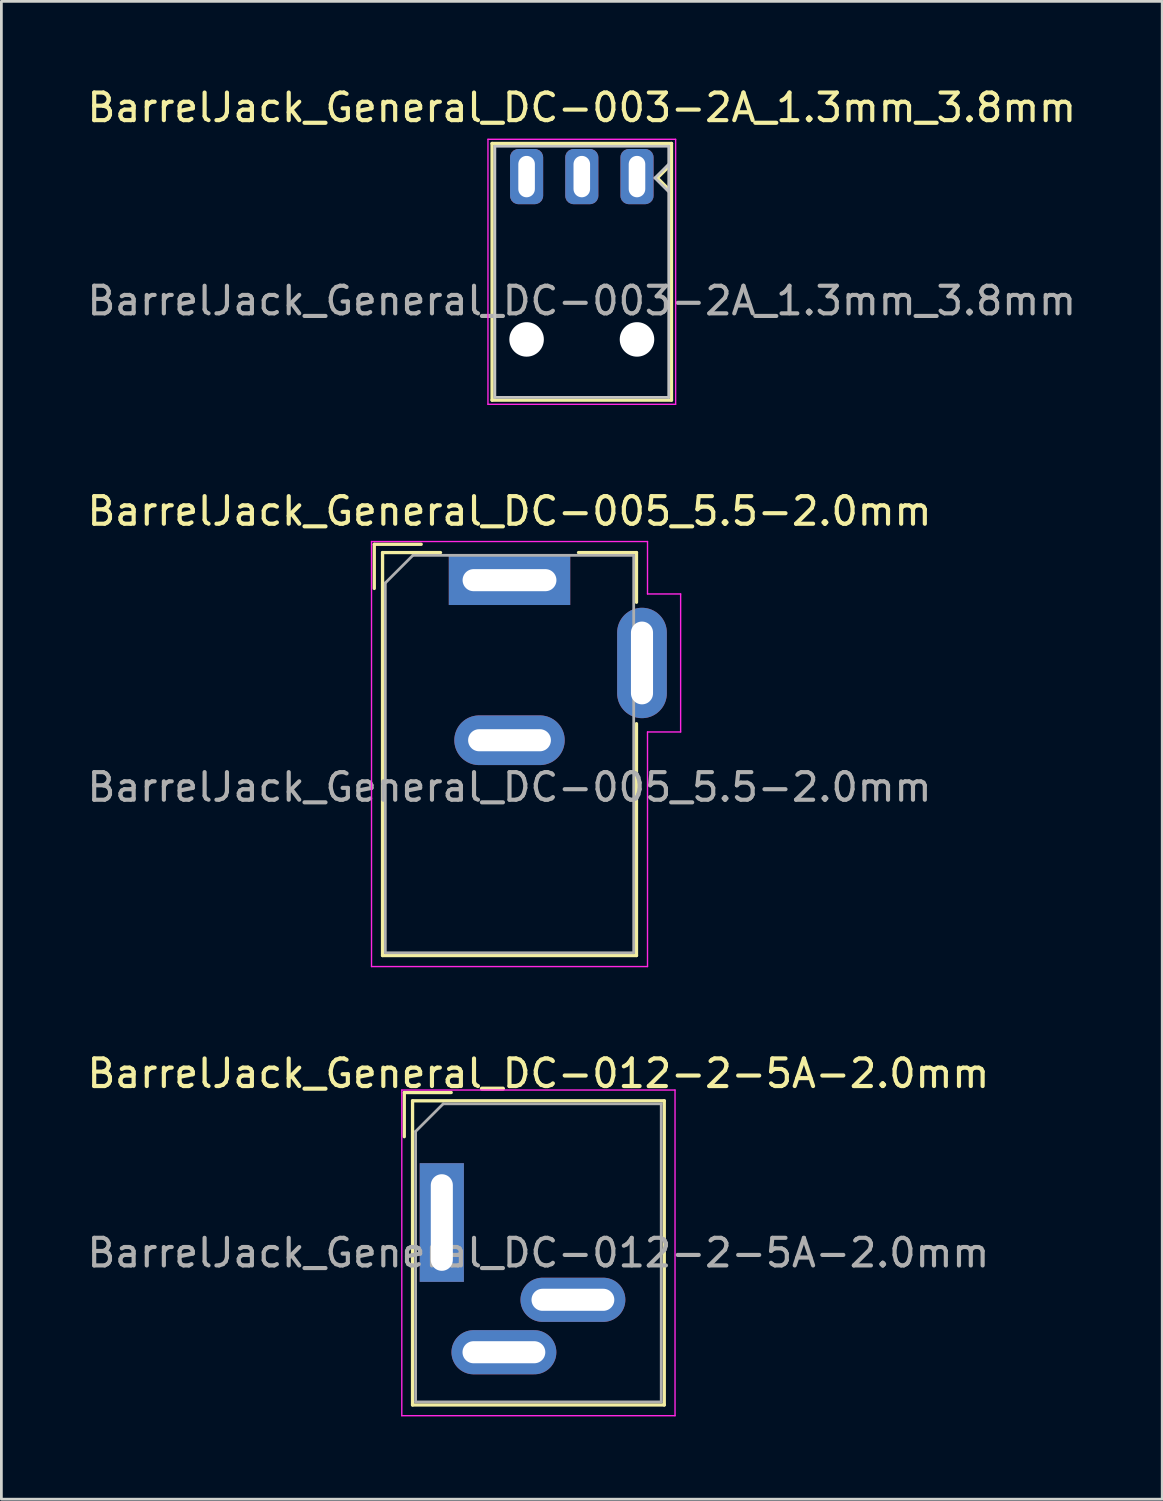
<source format=kicad_pcb>
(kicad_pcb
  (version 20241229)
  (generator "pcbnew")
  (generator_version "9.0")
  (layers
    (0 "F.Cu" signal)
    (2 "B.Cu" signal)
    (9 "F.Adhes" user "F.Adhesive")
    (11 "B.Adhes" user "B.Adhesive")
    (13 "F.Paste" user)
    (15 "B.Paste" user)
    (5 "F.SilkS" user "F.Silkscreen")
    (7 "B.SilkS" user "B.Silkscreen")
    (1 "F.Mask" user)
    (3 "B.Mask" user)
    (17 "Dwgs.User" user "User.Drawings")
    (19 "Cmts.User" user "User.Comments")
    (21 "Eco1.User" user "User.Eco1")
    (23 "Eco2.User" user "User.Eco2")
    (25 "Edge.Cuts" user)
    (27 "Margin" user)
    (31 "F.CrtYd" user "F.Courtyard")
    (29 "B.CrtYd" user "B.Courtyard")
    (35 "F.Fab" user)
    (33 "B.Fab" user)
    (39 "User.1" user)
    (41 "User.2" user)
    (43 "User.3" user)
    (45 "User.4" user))
  (footprint "BarrelJack_General_DC-005_5.5-2.0mm"
    (layer "F.Cu")
    (at 15.411 17.971)
    (property "Reference" "BarrelJack_General_DC-005_5.5-2.0mm" (at 0 -2.5 0) (layer "F.SilkS") (effects (font (size 1 1) (thickness 0.15))))
    (attr through_hole)
    (fp_line (start -4.9 -1.3) (end -4.9 0.3) (stroke (width 0.12) (type solid)) (layer "F.SilkS"))
    (fp_line (start -4.6 -1) (end -2.5 -1) (stroke (width 0.12) (type solid)) (layer "F.SilkS"))
    (fp_line (start -4.6 13.6) (end -4.6 -1) (stroke (width 0.12) (type solid)) (layer "F.SilkS"))
    (fp_line (start -3.2 -1.3) (end -4.9 -1.3) (stroke (width 0.12) (type solid)) (layer "F.SilkS"))
    (fp_line (start 2.5 -1) (end 4.6 -1) (stroke (width 0.12) (type solid)) (layer "F.SilkS"))
    (fp_line (start 4.6 -1) (end 4.6 0.8) (stroke (width 0.12) (type solid)) (layer "F.SilkS"))
    (fp_line (start 4.6 5.2) (end 4.6 13.6) (stroke (width 0.12) (type solid)) (layer "F.SilkS"))
    (fp_line (start 4.6 13.6) (end -4.6 13.6) (stroke (width 0.12) (type solid)) (layer "F.SilkS"))
    (fp_line (start -5 -1.4) (end -5 14) (stroke (width 0.05) (type solid)) (layer "F.CrtYd"))
    (fp_line (start -5 14) (end 5 14) (stroke (width 0.05) (type solid)) (layer "F.CrtYd"))
    (fp_line (start 5 -1.4) (end -5 -1.4) (stroke (width 0.05) (type solid)) (layer "F.CrtYd"))
    (fp_line (start 5 0.5) (end 5 -1.4) (stroke (width 0.05) (type solid)) (layer "F.CrtYd"))
    (fp_line (start 5 14) (end 5 5.5) (stroke (width 0.05) (type solid)) (layer "F.CrtYd"))
    (fp_line (start 6.2 0.5) (end 5 0.5) (stroke (width 0.05) (type solid)) (layer "F.CrtYd"))
    (fp_line (start 6.2 0.5) (end 6.2 5.5) (stroke (width 0.05) (type solid)) (layer "F.CrtYd"))
    (fp_line (start 6.2 5.5) (end 5 5.5) (stroke (width 0.05) (type solid)) (layer "F.CrtYd"))
    (fp_line (start -4.5 0.1) (end -3.5 -0.9) (stroke (width 0.1) (type solid)) (layer "F.Fab"))
    (fp_line (start -4.5 13.5) (end -4.5 0.1) (stroke (width 0.1) (type solid)) (layer "F.Fab"))
    (fp_line (start 4.5 -0.9) (end -3.5 -0.9) (stroke (width 0.1) (type solid)) (layer "F.Fab"))
    (fp_line (start 4.5 -0.9) (end 4.5 13.5) (stroke (width 0.1) (type solid)) (layer "F.Fab"))
    (fp_line (start 4.5 13.5) (end -4.5 13.5) (stroke (width 0.1) (type solid)) (layer "F.Fab"))
    (fp_text user "${REFERENCE}" (at 0 7.5 0) (layer "F.Fab") (effects (font (size 1 1) (thickness 0.15))))
    (pad "1" thru_hole rect (at 0 0) (size 4.4 1.8) (drill oval 3.4 0.8) (layers "*.Cu" "*.Mask"))
    (pad "2" thru_hole oval (at 0 5.8) (size 4 1.8) (drill oval 3 0.8) (layers "*.Cu" "*.Mask"))
    (pad "3" thru_hole oval (at 4.8 3 90) (size 4 1.8) (drill oval 3 0.8) (layers "*.Cu" "*.Mask")))
  (footprint "BarrelJack_General_DC-003-2A_1.3mm_3.8mm"
    (layer "F.Cu")
    (at 18.03 3.348)
    (property "Reference" "BarrelJack_General_DC-003-2A_1.3mm_3.8mm" (at 0 -2.5 0) (layer "F.SilkS") (effects (font (size 1 1) (thickness 0.15))))
    (attr through_hole)
    (fp_line (start -3.25 -1.2) (end -3.25 8.1) (stroke (width 0.12) (type solid)) (layer "F.SilkS"))
    (fp_line (start -3.25 8.1) (end 3.25 8.1) (stroke (width 0.12) (type solid)) (layer "F.SilkS"))
    (fp_line (start 2.75 0.05) (end 3.25 0.55) (stroke (width 0.1) (type solid)) (layer "F.SilkS"))
    (fp_line (start 3.25 -1.2) (end -3.25 -1.2) (stroke (width 0.12) (type solid)) (layer "F.SilkS"))
    (fp_line (start 3.25 -1.2) (end 3.25 8.1) (stroke (width 0.12) (type solid)) (layer "F.SilkS"))
    (fp_line (start 3.25 -0.45) (end 2.75 0.05) (stroke (width 0.1) (type solid)) (layer "F.SilkS"))
    (fp_line (start -3.15 -1.1) (end -3.15 8) (stroke (width 0.1) (type solid)) (layer "Dwgs.User"))
    (fp_line (start -3.15 8) (end 3.15 8) (stroke (width 0.1) (type solid)) (layer "Dwgs.User"))
    (fp_line (start 2.65 0.05) (end 3.15 0.55) (stroke (width 0.1) (type solid)) (layer "Dwgs.User"))
    (fp_line (start 3.15 -1.1) (end -3.15 -1.1) (stroke (width 0.1) (type solid)) (layer "Dwgs.User"))
    (fp_line (start 3.15 -1.1) (end 3.15 8) (stroke (width 0.1) (type solid)) (layer "Dwgs.User"))
    (fp_line (start 3.15 -0.45) (end 2.65 0.05) (stroke (width 0.1) (type solid)) (layer "Dwgs.User"))
    (fp_line (start -3.4 -1.35) (end -3.4 8.25) (stroke (width 0.05) (type solid)) (layer "F.CrtYd"))
    (fp_line (start -3.4 8.25) (end 3.4 8.25) (stroke (width 0.05) (type solid)) (layer "F.CrtYd"))
    (fp_line (start 3.4 -1.35) (end -3.4 -1.35) (stroke (width 0.05) (type solid)) (layer "F.CrtYd"))
    (fp_line (start 3.4 -1.35) (end 3.4 8.25) (stroke (width 0.05) (type solid)) (layer "F.CrtYd"))
    (fp_text user "${REFERENCE}" (at 0 4.5 0) (layer "F.Fab") (effects (font (size 1 1) (thickness 0.15))))
    (pad "" np_thru_hole circle (at -2 5.9) (size 1.25 1.25) (drill 1.25) (layers "*.Cu" "*.Mask"))
    (pad "" np_thru_hole circle (at 2 5.9) (size 1.25 1.25) (drill 1.25) (layers "*.Cu" "*.Mask"))
    (pad "1" thru_hole roundrect (at 0 0) (size 1.2 2) (drill oval 0.6 1.5) (layers "*.Cu" "*.Mask" "B.Paste") (roundrect_rratio 0.25))
    (pad "2" thru_hole roundrect (at 2 0) (size 1.2 2) (drill oval 0.6 1.5) (layers "*.Cu" "*.Mask" "B.Paste") (roundrect_rratio 0.25))
    (pad "3" thru_hole roundrect (at -2 0) (size 1.2 2) (drill oval 0.6 1.5) (layers "*.Cu" "*.Mask" "B.Paste") (roundrect_rratio 0.25)))
  (footprint "BarrelJack_General_DC-012-2-5A-2.0mm"
    (layer "F.Cu")
    (at 16.458 42.345)
    (property "Reference" "BarrelJack_General_DC-012-2-5A-2.0mm" (at 0 -6.5 0) (layer "F.SilkS") (effects (font (size 1 1) (thickness 0.15))))
    (attr through_hole)
    (fp_line (start -4.86 -5.81) (end -4.86 -4.21) (stroke (width 0.12) (type solid)) (layer "F.SilkS"))
    (fp_line (start -4.56 -5.51) (end -4.56 5.51) (stroke (width 0.12) (type solid)) (layer "F.SilkS"))
    (fp_line (start -3.16 -5.81) (end -4.86 -5.81) (stroke (width 0.12) (type solid)) (layer "F.SilkS"))
    (fp_line (start 4.56 -5.51) (end -4.56 -5.51) (stroke (width 0.12) (type solid)) (layer "F.SilkS"))
    (fp_line (start 4.56 -5.51) (end 4.56 5.51) (stroke (width 0.12) (type solid)) (layer "F.SilkS"))
    (fp_line (start 4.56 5.51) (end -4.56 5.51) (stroke (width 0.12) (type solid)) (layer "F.SilkS"))
    (fp_line (start -4.95 -5.9) (end -4.95 5.9) (stroke (width 0.05) (type solid)) (layer "F.CrtYd"))
    (fp_line (start 4.95 -5.9) (end -4.95 -5.9) (stroke (width 0.05) (type solid)) (layer "F.CrtYd"))
    (fp_line (start 4.95 -5.9) (end 4.95 5.9) (stroke (width 0.05) (type solid)) (layer "F.CrtYd"))
    (fp_line (start 4.95 5.9) (end -4.95 5.9) (stroke (width 0.05) (type solid)) (layer "F.CrtYd"))
    (fp_line (start -4.45 -4.4) (end -4.45 5.4) (stroke (width 0.1) (type solid)) (layer "F.Fab"))
    (fp_line (start -4.45 -4.4) (end -3.45 -5.4) (stroke (width 0.1) (type solid)) (layer "F.Fab"))
    (fp_line (start -4.45 5.4) (end 4.45 5.4) (stroke (width 0.1) (type solid)) (layer "F.Fab"))
    (fp_line (start -3.45 -5.4) (end 4.45 -5.4) (stroke (width 0.1) (type solid)) (layer "F.Fab"))
    (fp_line (start 4.45 -5.4) (end 4.45 5.4) (stroke (width 0.1) (type solid)) (layer "F.Fab"))
    (fp_text user "${REFERENCE}" (at 0 0 0) (layer "F.Fab") (effects (font (size 1 1) (thickness 0.15))))
    (pad "1" thru_hole rect (at -3.5 -1.1 90) (size 4.3 1.6) (drill oval 3.5 0.8) (layers "*.Cu" "*.Mask"))
    (pad "2" thru_hole oval (at 1.25 1.7) (size 3.8 1.6) (drill oval 3 0.8) (layers "*.Cu" "*.Mask"))
    (pad "3" thru_hole oval (at -1.25 3.6 180) (size 3.8 1.6) (drill oval 3 0.8) (layers "*.Cu" "*.Mask")))
  (gr_rect
    (start -3 -3)
    (end 39.06 51.27)
    (stroke (width 0.1) (type default))
    (fill no)
    (layer "Edge.Cuts")))
</source>
